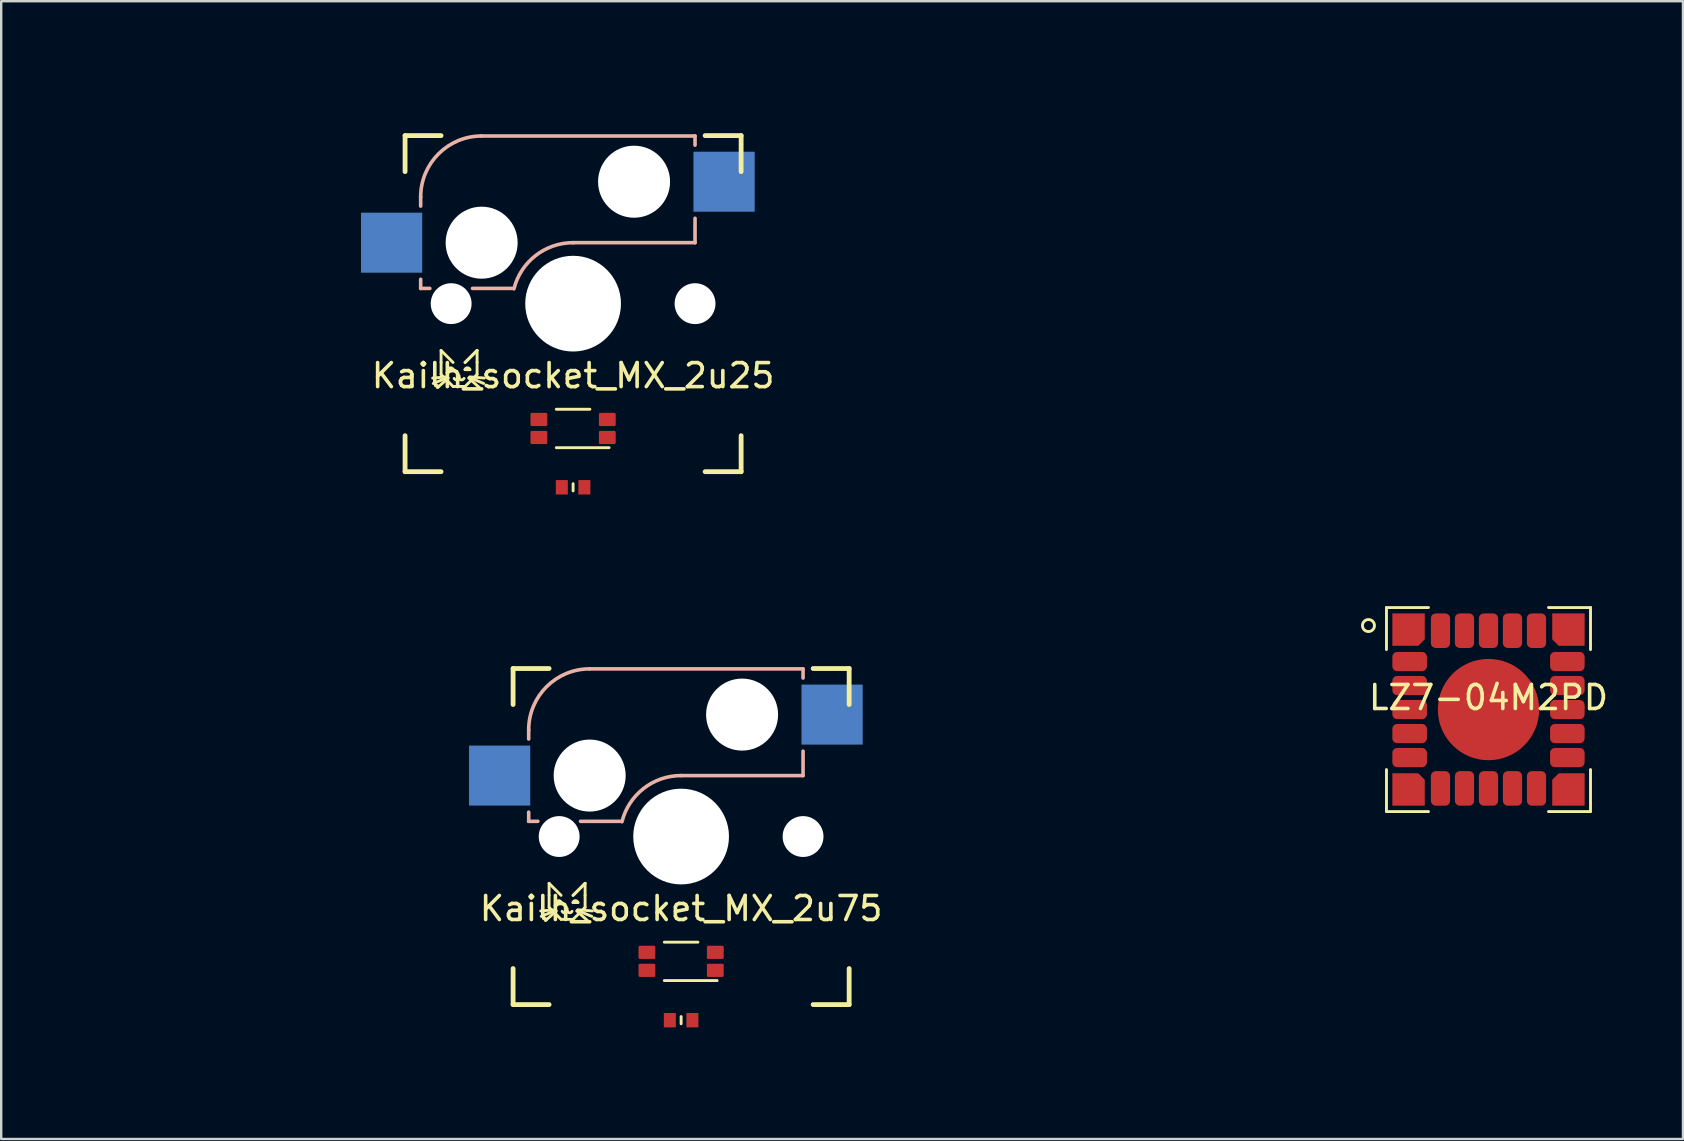
<source format=kicad_pcb>
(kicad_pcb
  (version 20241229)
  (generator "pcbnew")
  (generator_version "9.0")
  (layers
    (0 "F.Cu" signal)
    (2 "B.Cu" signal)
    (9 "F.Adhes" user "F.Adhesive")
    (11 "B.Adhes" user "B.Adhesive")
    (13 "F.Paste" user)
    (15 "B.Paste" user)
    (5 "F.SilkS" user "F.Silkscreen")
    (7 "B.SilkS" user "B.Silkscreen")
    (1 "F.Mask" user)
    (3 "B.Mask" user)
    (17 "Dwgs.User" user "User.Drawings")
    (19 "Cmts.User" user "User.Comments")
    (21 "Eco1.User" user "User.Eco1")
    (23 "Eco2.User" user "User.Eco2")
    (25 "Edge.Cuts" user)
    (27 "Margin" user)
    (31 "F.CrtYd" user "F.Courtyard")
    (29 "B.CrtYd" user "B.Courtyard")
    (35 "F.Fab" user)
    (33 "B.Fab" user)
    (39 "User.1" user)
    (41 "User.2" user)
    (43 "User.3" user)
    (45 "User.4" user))
  (footprint "Kailh_socket_MX_2u75"
    (layer "F.Cu")
    (at 25.325 31.8)
    (property "Reference" "Kailh_socket_MX_2u75" (at 0 3 0) (layer "F.SilkS") (effects (font (size 1 1) (thickness 0.15))))
    (attr through_hole)
    (fp_line (start -7 -7) (end -7 -5.5) (stroke (width 0.2) (type solid)) (layer "F.SilkS"))
    (fp_line (start -7 -7) (end -5.5 -7) (stroke (width 0.2) (type solid)) (layer "F.SilkS"))
    (fp_line (start -7 7) (end -7 5.5) (stroke (width 0.2) (type solid)) (layer "F.SilkS"))
    (fp_line (start -7 7) (end -5.5 7) (stroke (width 0.2) (type solid)) (layer "F.SilkS"))
    (fp_line (start -5.5 1.95) (end -5.5 2.45) (stroke (width 0.12) (type default)) (layer "F.SilkS"))
    (fp_line (start -5.5 2.45) (end -5.5 2.95) (stroke (width 0.12) (type default)) (layer "F.SilkS"))
    (fp_line (start -5.5 2.95) (end -5 3.45) (stroke (width 0.12) (type default)) (layer "F.SilkS"))
    (fp_line (start -5.25 3.05) (end -5.85 3.1) (stroke (width 0.12) (type default)) (layer "F.SilkS"))
    (fp_line (start -5.225 3.075) (end -5.825 3.325) (stroke (width 0.12) (type default)) (layer "F.SilkS"))
    (fp_line (start -5.2 2.75) (end -5 2.75) (stroke (width 0.12) (type default)) (layer "F.SilkS"))
    (fp_line (start -5.2 3.1) (end -5.65 3.5) (stroke (width 0.12) (type default)) (layer "F.SilkS"))
    (fp_line (start -5 2.45) (end -5.5 1.95) (stroke (width 0.12) (type default)) (layer "F.SilkS"))
    (fp_line (start -5 3.45) (end -4.5 3.45) (stroke (width 0.12) (type default)) (layer "F.SilkS"))
    (fp_line (start -4.75 3) (end -4.75 3.1) (stroke (width 0.12) (type default)) (layer "F.SilkS"))
    (fp_line (start -4.5 2.45) (end -4 1.95) (stroke (width 0.12) (type default)) (layer "F.SilkS"))
    (fp_line (start -4.5 2.75) (end -4.3 2.75) (stroke (width 0.12) (type default)) (layer "F.SilkS"))
    (fp_line (start -4.5 3.45) (end -4 2.95) (stroke (width 0.12) (type default)) (layer "F.SilkS"))
    (fp_line (start -4.35 3.1) (end -3.9 3.5) (stroke (width 0.12) (type default)) (layer "F.SilkS"))
    (fp_line (start -4.325 3.075) (end -3.725 3.325) (stroke (width 0.12) (type default)) (layer "F.SilkS"))
    (fp_line (start -4.3 3.05) (end -3.7 3.1) (stroke (width 0.12) (type default)) (layer "F.SilkS"))
    (fp_line (start -4 1.95) (end -4.5 2.45) (stroke (width 0.12) (type default)) (layer "F.SilkS"))
    (fp_line (start -4 1.95) (end -4 2.45) (stroke (width 0.12) (type default)) (layer "F.SilkS"))
    (fp_line (start -4 2.95) (end -4 2.45) (stroke (width 0.12) (type default)) (layer "F.SilkS"))
    (fp_line (start 0 7.8) (end 0 7.5) (stroke (width 0.12) (type solid)) (layer "F.SilkS"))
    (fp_line (start 0.7 4.4) (end -0.7 4.4) (stroke (width 0.12) (type default)) (layer "F.SilkS"))
    (fp_line (start 1.5 6) (end -0.7 6) (stroke (width 0.12) (type default)) (layer "F.SilkS"))
    (fp_line (start 7 -7) (end 5.5 -7) (stroke (width 0.2) (type solid)) (layer "F.SilkS"))
    (fp_line (start 7 -7) (end 7 -5.5) (stroke (width 0.2) (type solid)) (layer "F.SilkS"))
    (fp_line (start 7 7) (end 5.5 7) (stroke (width 0.2) (type solid)) (layer "F.SilkS"))
    (fp_line (start 7 7) (end 7 5.5) (stroke (width 0.2) (type solid)) (layer "F.SilkS"))
    (fp_arc (start -5.203866 2.747116) (mid -5.098487 2.672265) (end -4.995217 2.75) (stroke (width 0.12) (type default)) (layer "F.SilkS"))
    (fp_arc (start -4.75 3.1) (mid -4.848141 3.176166) (end -4.956067 3.114644) (stroke (width 0.12) (type default)) (layer "F.SilkS"))
    (fp_arc (start -4.543933 3.114644) (mid -4.651859 3.176167) (end -4.75 3.1) (stroke (width 0.12) (type default)) (layer "F.SilkS"))
    (fp_arc (start -4.505379 2.747116) (mid -4.4 2.672265) (end -4.29673 2.75) (stroke (width 0.12) (type default)) (layer "F.SilkS"))
    (fp_line (start -6.35 -4.445) (end -6.35 -4.064) (stroke (width 0.15) (type solid)) (layer "B.SilkS"))
    (fp_line (start -6.35 -1.016) (end -6.35 -0.635) (stroke (width 0.15) (type solid)) (layer "B.SilkS"))
    (fp_line (start -6.35 -0.635) (end -5.969 -0.635) (stroke (width 0.15) (type solid)) (layer "B.SilkS"))
    (fp_line (start -4.191 -0.635) (end -2.54 -0.635) (stroke (width 0.15) (type solid)) (layer "B.SilkS"))
    (fp_line (start 0 -2.54) (end 5.08 -2.54) (stroke (width 0.15) (type solid)) (layer "B.SilkS"))
    (fp_line (start 5.08 -6.985) (end -3.81 -6.985) (stroke (width 0.15) (type solid)) (layer "B.SilkS"))
    (fp_line (start 5.08 -6.604) (end 5.08 -6.985) (stroke (width 0.15) (type solid)) (layer "B.SilkS"))
    (fp_line (start 5.08 -2.54) (end 5.08 -3.556) (stroke (width 0.15) (type solid)) (layer "B.SilkS"))
    (fp_arc (start -6.35 -4.445) (mid -5.606051 -6.241051) (end -3.81 -6.985) (stroke (width 0.15) (type solid)) (layer "B.SilkS"))
    (fp_arc (start -2.464162 -0.61604) (mid -1.563147 -2.002042) (end 0 -2.54) (stroke (width 0.15) (type solid)) (layer "B.SilkS"))
    (fp_line (start -25.25 -9.525) (end -25.25 9.525) (stroke (width 0.15) (type solid)) (layer "Eco1.User"))
    (fp_line (start -25.25 -9.525) (end 25.25 -9.525) (stroke (width 0.15) (type solid)) (layer "Eco1.User"))
    (fp_line (start -25.25 9.525) (end 25.25 9.525) (stroke (width 0.15) (type solid)) (layer "Eco1.User"))
    (fp_line (start -24.75 -9) (end -24.75 9) (stroke (width 0.15) (type solid)) (layer "Eco1.User"))
    (fp_line (start -24.75 -9) (end 24.75 -9) (stroke (width 0.15) (type solid)) (layer "Eco1.User"))
    (fp_line (start -24.75 9) (end 24.75 9) (stroke (width 0.15) (type solid)) (layer "Eco1.User"))
    (fp_line (start -1.6 4.7) (end 1.6 4.7) (stroke (width 0.05) (type default)) (layer "Eco1.User"))
    (fp_line (start -1.6 5.7) (end -1.6 4.7) (stroke (width 0.05) (type default)) (layer "Eco1.User"))
    (fp_line (start -1.6 5.7) (end 1.6 5.7) (stroke (width 0.05) (type default)) (layer "Eco1.User"))
    (fp_line (start 1.6 5.7) (end 1.6 4.7) (stroke (width 0.05) (type default)) (layer "Eco1.User"))
    (fp_line (start 24.75 -9) (end 24.75 9) (stroke (width 0.15) (type solid)) (layer "Eco1.User"))
    (fp_line (start 25.25 -9.525) (end 25.25 9.525) (stroke (width 0.15) (type solid)) (layer "Eco1.User"))
    (fp_rect (start -2.5 4.2) (end 2.5 6.2) (stroke (width 0.12) (type default)) (fill no) (layer "Eco1.User"))
    (fp_line (start -6.9 6.9) (end -6.9 -6.9) (stroke (width 0.15) (type solid)) (layer "Eco2.User"))
    (fp_line (start -6.9 6.9) (end 6.9 6.9) (stroke (width 0.15) (type solid)) (layer "Eco2.User"))
    (fp_line (start 6.9 -6.9) (end -6.9 -6.9) (stroke (width 0.15) (type solid)) (layer "Eco2.User"))
    (fp_line (start 6.9 -6.9) (end 6.9 6.9) (stroke (width 0.15) (type solid)) (layer "Eco2.User"))
    (pad "" np_thru_hole circle (at -5.08 0 180) (size 1.702 1.702) (drill 1.702) (layers "*.Cu" "*.Mask"))
    (pad "" np_thru_hole circle (at -3.81 -2.54 180) (size 3 3) (drill 3) (layers "*.Cu" "*.Mask"))
    (pad "" np_thru_hole circle (at 0 0 180) (size 3.988 3.988) (drill 3.988) (layers "*.Cu" "*.Mask"))
    (pad "" np_thru_hole circle (at 2.54 -5.08 180) (size 3 3) (drill 3) (layers "*.Cu" "*.Mask"))
    (pad "" np_thru_hole circle (at 5.08 0 180) (size 1.702 1.702) (drill 1.702) (layers "*.Cu" "*.Mask"))
    (pad "1" smd rect (at 6.29 -5.08 180) (size 2.55 2.5) (layers "B.Cu" "B.Mask" "B.Paste"))
    (pad "2" smd rect (at -7.56 -2.54 180) (size 2.55 2.5) (layers "B.Cu" "B.Mask" "B.Paste"))
    (pad "L1" smd rect (at 0.47 7.65) (size 0.5 0.6) (layers "F.Cu" "F.Mask" "F.Paste"))
    (pad "L1" smd roundrect (at 1.425 5.575 90) (size 0.55 0.7) (layers "F.Cu" "F.Mask" "F.Paste") (roundrect_rratio 0.1))
    (pad "L2" smd roundrect (at 1.425 4.825 90) (size 0.55 0.7) (layers "F.Cu" "F.Mask" "F.Paste") (roundrect_rratio 0.1))
    (pad "L3" smd roundrect (at -1.425 4.825 90) (size 0.55 0.7) (layers "F.Cu" "F.Mask" "F.Paste") (roundrect_rratio 0.1))
    (pad "L4" smd roundrect (at -1.425 5.575 90) (size 0.55 0.7) (layers "F.Cu" "F.Mask" "F.Paste") (roundrect_rratio 0.1))
    (pad "L4" smd rect (at -0.47 7.65) (size 0.5 0.6) (layers "F.Cu" "F.Mask" "F.Paste")))
  (footprint "LZ7-04M2PD"
    (layer "F.Cu")
    (at 58.96 26.51)
    (property "Reference" "LZ7-04M2PD" (at 0 -0.5 0) (unlocked yes) (layer "F.SilkS") (effects (font (size 1 1) (thickness 0.15))))
    (attr smd)
    (fp_line (start -4.25 -4.25) (end -4.25 -2.5) (stroke (width 0.12) (type solid)) (layer "F.SilkS"))
    (fp_line (start -4.25 2.5) (end -4.25 4.25) (stroke (width 0.12) (type solid)) (layer "F.SilkS"))
    (fp_line (start -4.25 4.25) (end -2.5 4.25) (stroke (width 0.12) (type solid)) (layer "F.SilkS"))
    (fp_line (start -2.5 -4.25) (end -4.25 -4.25) (stroke (width 0.12) (type solid)) (layer "F.SilkS"))
    (fp_line (start 2.5 4.25) (end 4.25 4.25) (stroke (width 0.12) (type solid)) (layer "F.SilkS"))
    (fp_line (start 4.25 -4.25) (end 2.5 -4.25) (stroke (width 0.12) (type solid)) (layer "F.SilkS"))
    (fp_line (start 4.25 -2.5) (end 4.25 -4.25) (stroke (width 0.12) (type solid)) (layer "F.SilkS"))
    (fp_line (start 4.25 4.25) (end 4.25 2.5) (stroke (width 0.12) (type solid)) (layer "F.SilkS"))
    (fp_circle (center -5 -3.5) (end -4.75 -3.5) (stroke (width 0.12) (type solid)) (fill no) (layer "F.SilkS"))
    (fp_line (start -3.5 -3.5) (end -3.5 3.5) (stroke (width 0.12) (type solid)) (layer "Eco1.User"))
    (fp_line (start -3.5 3.5) (end 3.5 3.5) (stroke (width 0.12) (type solid)) (layer "Eco1.User"))
    (fp_line (start 3.5 -3.5) (end -3.5 -3.5) (stroke (width 0.12) (type solid)) (layer "Eco1.User"))
    (fp_line (start 3.5 3.5) (end 3.5 -3.5) (stroke (width 0.12) (type solid)) (layer "Eco1.User"))
    (pad "1" smd roundrect (at -3.33 -3.33) (size 1.35 1.35) (layers "F.Cu" "F.Mask" "F.Paste") (roundrect_rratio 0) (chamfer_ratio 0.2) (chamfer bottom_right))
    (pad "2" smd roundrect (at -3.285 -2) (size 1.44 0.8) (layers "F.Cu" "F.Mask" "F.Paste") (roundrect_rratio 0.25))
    (pad "3" smd roundrect (at -3.285 -1) (size 1.44 0.8) (layers "F.Cu" "F.Mask" "F.Paste") (roundrect_rratio 0.25))
    (pad "4" smd roundrect (at -3.285 0) (size 1.44 0.8) (layers "F.Cu" "F.Mask" "F.Paste") (roundrect_rratio 0.25))
    (pad "5" smd roundrect (at -3.285 1) (size 1.44 0.8) (layers "F.Cu" "F.Mask" "F.Paste") (roundrect_rratio 0.25))
    (pad "6" smd roundrect (at -3.285 2) (size 1.44 0.8) (layers "F.Cu" "F.Mask" "F.Paste") (roundrect_rratio 0.25))
    (pad "7" smd roundrect (at -3.33 3.33 90) (size 1.35 1.35) (layers "F.Cu" "F.Mask" "F.Paste") (roundrect_rratio 0) (chamfer_ratio 0.2) (chamfer bottom_right))
    (pad "8" smd roundrect (at -2 3.285 90) (size 1.44 0.8) (layers "F.Cu" "F.Mask" "F.Paste") (roundrect_rratio 0.25))
    (pad "9" smd roundrect (at -1 3.285 90) (size 1.44 0.8) (layers "F.Cu" "F.Mask" "F.Paste") (roundrect_rratio 0.25))
    (pad "10" smd roundrect (at 0 3.285 90) (size 1.44 0.8) (layers "F.Cu" "F.Mask" "F.Paste") (roundrect_rratio 0.25))
    (pad "11" smd roundrect (at 1 3.285 90) (size 1.44 0.8) (layers "F.Cu" "F.Mask" "F.Paste") (roundrect_rratio 0.25))
    (pad "12" smd roundrect (at 2 3.285 90) (size 1.44 0.8) (layers "F.Cu" "F.Mask" "F.Paste") (roundrect_rratio 0.25))
    (pad "13" smd roundrect (at 3.33 3.33 180) (size 1.35 1.35) (layers "F.Cu" "F.Mask" "F.Paste") (roundrect_rratio 0) (chamfer_ratio 0.2) (chamfer bottom_right))
    (pad "14" smd roundrect (at 3.285 2) (size 1.44 0.8) (layers "F.Cu" "F.Mask" "F.Paste") (roundrect_rratio 0.25))
    (pad "15" smd roundrect (at 3.285 1) (size 1.44 0.8) (layers "F.Cu" "F.Mask" "F.Paste") (roundrect_rratio 0.25))
    (pad "16" smd roundrect (at 3.285 0) (size 1.44 0.8) (layers "F.Cu" "F.Mask" "F.Paste") (roundrect_rratio 0.25))
    (pad "17" smd roundrect (at 3.285 -1) (size 1.44 0.8) (layers "F.Cu" "F.Mask" "F.Paste") (roundrect_rratio 0.25))
    (pad "18" smd roundrect (at 3.285 -2) (size 1.44 0.8) (layers "F.Cu" "F.Mask" "F.Paste") (roundrect_rratio 0.25))
    (pad "19" smd roundrect (at 3.33 -3.33 270) (size 1.35 1.35) (layers "F.Cu" "F.Mask" "F.Paste") (roundrect_rratio 0) (chamfer_ratio 0.2) (chamfer bottom_right))
    (pad "20" smd roundrect (at 2 -3.285 90) (size 1.44 0.8) (layers "F.Cu" "F.Mask" "F.Paste") (roundrect_rratio 0.25))
    (pad "21" smd roundrect (at 1 -3.285 90) (size 1.44 0.8) (layers "F.Cu" "F.Mask" "F.Paste") (roundrect_rratio 0.25))
    (pad "22" smd roundrect (at 0 -3.285 90) (size 1.44 0.8) (layers "F.Cu" "F.Mask" "F.Paste") (roundrect_rratio 0.25))
    (pad "23" smd roundrect (at -1 -3.285 90) (size 1.44 0.8) (layers "F.Cu" "F.Mask" "F.Paste") (roundrect_rratio 0.25))
    (pad "24" smd roundrect (at -2 -3.285 90) (size 1.44 0.8) (layers "F.Cu" "F.Mask" "F.Paste") (roundrect_rratio 0.25))
    (pad "25" smd circle (at 0 0 90) (size 4.22 4.22) (layers "F.Cu" "F.Mask" "F.Paste")))
  (footprint "Kailh_socket_MX_2u25"
    (layer "F.Cu")
    (at 20.825 9.6)
    (property "Reference" "Kailh_socket_MX_2u25" (at 0 3 0) (layer "F.SilkS") (effects (font (size 1 1) (thickness 0.15))))
    (attr through_hole)
    (fp_line (start -7 -7) (end -7 -5.5) (stroke (width 0.2) (type solid)) (layer "F.SilkS"))
    (fp_line (start -7 -7) (end -5.5 -7) (stroke (width 0.2) (type solid)) (layer "F.SilkS"))
    (fp_line (start -7 7) (end -7 5.5) (stroke (width 0.2) (type solid)) (layer "F.SilkS"))
    (fp_line (start -7 7) (end -5.5 7) (stroke (width 0.2) (type solid)) (layer "F.SilkS"))
    (fp_line (start -5.5 1.95) (end -5.5 2.45) (stroke (width 0.12) (type default)) (layer "F.SilkS"))
    (fp_line (start -5.5 2.45) (end -5.5 2.95) (stroke (width 0.12) (type default)) (layer "F.SilkS"))
    (fp_line (start -5.5 2.95) (end -5 3.45) (stroke (width 0.12) (type default)) (layer "F.SilkS"))
    (fp_line (start -5.25 3.05) (end -5.85 3.1) (stroke (width 0.12) (type default)) (layer "F.SilkS"))
    (fp_line (start -5.225 3.075) (end -5.825 3.325) (stroke (width 0.12) (type default)) (layer "F.SilkS"))
    (fp_line (start -5.2 2.75) (end -5 2.75) (stroke (width 0.12) (type default)) (layer "F.SilkS"))
    (fp_line (start -5.2 3.1) (end -5.65 3.5) (stroke (width 0.12) (type default)) (layer "F.SilkS"))
    (fp_line (start -5 2.45) (end -5.5 1.95) (stroke (width 0.12) (type default)) (layer "F.SilkS"))
    (fp_line (start -5 3.45) (end -4.5 3.45) (stroke (width 0.12) (type default)) (layer "F.SilkS"))
    (fp_line (start -4.75 3) (end -4.75 3.1) (stroke (width 0.12) (type default)) (layer "F.SilkS"))
    (fp_line (start -4.5 2.45) (end -4 1.95) (stroke (width 0.12) (type default)) (layer "F.SilkS"))
    (fp_line (start -4.5 2.75) (end -4.3 2.75) (stroke (width 0.12) (type default)) (layer "F.SilkS"))
    (fp_line (start -4.5 3.45) (end -4 2.95) (stroke (width 0.12) (type default)) (layer "F.SilkS"))
    (fp_line (start -4.35 3.1) (end -3.9 3.5) (stroke (width 0.12) (type default)) (layer "F.SilkS"))
    (fp_line (start -4.325 3.075) (end -3.725 3.325) (stroke (width 0.12) (type default)) (layer "F.SilkS"))
    (fp_line (start -4.3 3.05) (end -3.7 3.1) (stroke (width 0.12) (type default)) (layer "F.SilkS"))
    (fp_line (start -4 1.95) (end -4.5 2.45) (stroke (width 0.12) (type default)) (layer "F.SilkS"))
    (fp_line (start -4 1.95) (end -4 2.45) (stroke (width 0.12) (type default)) (layer "F.SilkS"))
    (fp_line (start -4 2.95) (end -4 2.45) (stroke (width 0.12) (type default)) (layer "F.SilkS"))
    (fp_line (start 0 7.8) (end 0 7.5) (stroke (width 0.12) (type solid)) (layer "F.SilkS"))
    (fp_line (start 0.7 4.4) (end -0.7 4.4) (stroke (width 0.12) (type default)) (layer "F.SilkS"))
    (fp_line (start 1.5 6) (end -0.7 6) (stroke (width 0.12) (type default)) (layer "F.SilkS"))
    (fp_line (start 7 -7) (end 5.5 -7) (stroke (width 0.2) (type solid)) (layer "F.SilkS"))
    (fp_line (start 7 -7) (end 7 -5.5) (stroke (width 0.2) (type solid)) (layer "F.SilkS"))
    (fp_line (start 7 7) (end 5.5 7) (stroke (width 0.2) (type solid)) (layer "F.SilkS"))
    (fp_line (start 7 7) (end 7 5.5) (stroke (width 0.2) (type solid)) (layer "F.SilkS"))
    (fp_arc (start -5.203866 2.747116) (mid -5.098487 2.672265) (end -4.995217 2.75) (stroke (width 0.12) (type default)) (layer "F.SilkS"))
    (fp_arc (start -4.75 3.1) (mid -4.848141 3.176166) (end -4.956067 3.114644) (stroke (width 0.12) (type default)) (layer "F.SilkS"))
    (fp_arc (start -4.543933 3.114644) (mid -4.651859 3.176167) (end -4.75 3.1) (stroke (width 0.12) (type default)) (layer "F.SilkS"))
    (fp_arc (start -4.505379 2.747116) (mid -4.4 2.672265) (end -4.29673 2.75) (stroke (width 0.12) (type default)) (layer "F.SilkS"))
    (fp_line (start -6.35 -4.445) (end -6.35 -4.064) (stroke (width 0.15) (type solid)) (layer "B.SilkS"))
    (fp_line (start -6.35 -1.016) (end -6.35 -0.635) (stroke (width 0.15) (type solid)) (layer "B.SilkS"))
    (fp_line (start -6.35 -0.635) (end -5.969 -0.635) (stroke (width 0.15) (type solid)) (layer "B.SilkS"))
    (fp_line (start -4.191 -0.635) (end -2.54 -0.635) (stroke (width 0.15) (type solid)) (layer "B.SilkS"))
    (fp_line (start 0 -2.54) (end 5.08 -2.54) (stroke (width 0.15) (type solid)) (layer "B.SilkS"))
    (fp_line (start 5.08 -6.985) (end -3.81 -6.985) (stroke (width 0.15) (type solid)) (layer "B.SilkS"))
    (fp_line (start 5.08 -6.604) (end 5.08 -6.985) (stroke (width 0.15) (type solid)) (layer "B.SilkS"))
    (fp_line (start 5.08 -2.54) (end 5.08 -3.556) (stroke (width 0.15) (type solid)) (layer "B.SilkS"))
    (fp_arc (start -6.35 -4.445) (mid -5.606051 -6.241051) (end -3.81 -6.985) (stroke (width 0.15) (type solid)) (layer "B.SilkS"))
    (fp_arc (start -2.464162 -0.61604) (mid -1.563147 -2.002042) (end 0 -2.54) (stroke (width 0.15) (type solid)) (layer "B.SilkS"))
    (fp_line (start -20.75 -9.525) (end -20.75 9.525) (stroke (width 0.15) (type solid)) (layer "Eco1.User"))
    (fp_line (start -20.75 -9.525) (end 20.75 -9.525) (stroke (width 0.15) (type solid)) (layer "Eco1.User"))
    (fp_line (start -20.75 9.525) (end 20.75 9.525) (stroke (width 0.15) (type solid)) (layer "Eco1.User"))
    (fp_line (start -20.25 -9) (end -20.25 9) (stroke (width 0.15) (type solid)) (layer "Eco1.User"))
    (fp_line (start -20.25 -9) (end 20.25 -9) (stroke (width 0.15) (type solid)) (layer "Eco1.User"))
    (fp_line (start -20.25 9) (end 20.25 9) (stroke (width 0.15) (type solid)) (layer "Eco1.User"))
    (fp_line (start -1.6 4.7) (end -1.6 5.7) (stroke (width 0.05) (type default)) (layer "Eco1.User"))
    (fp_line (start -1.6 4.7) (end 1.6 4.7) (stroke (width 0.05) (type default)) (layer "Eco1.User"))
    (fp_line (start -1.6 5.7) (end -1.6 4.7) (stroke (width 0.05) (type default)) (layer "Eco1.User"))
    (fp_line (start -1.6 5.7) (end 1.6 5.7) (stroke (width 0.05) (type default)) (layer "Eco1.User"))
    (fp_line (start 20.25 -9) (end 20.25 9) (stroke (width 0.15) (type solid)) (layer "Eco1.User"))
    (fp_line (start 20.75 -9.525) (end 20.75 9.525) (stroke (width 0.15) (type solid)) (layer "Eco1.User"))
    (fp_rect (start -2.5 4.2) (end 2.5 6.2) (stroke (width 0.12) (type default)) (fill no) (layer "Eco1.User"))
    (fp_line (start -6.9 6.9) (end -6.9 -6.9) (stroke (width 0.15) (type solid)) (layer "Eco2.User"))
    (fp_line (start -6.9 6.9) (end 6.9 6.9) (stroke (width 0.15) (type solid)) (layer "Eco2.User"))
    (fp_line (start 6.9 -6.9) (end -6.9 -6.9) (stroke (width 0.15) (type solid)) (layer "Eco2.User"))
    (fp_line (start 6.9 -6.9) (end 6.9 6.9) (stroke (width 0.15) (type solid)) (layer "Eco2.User"))
    (pad "" np_thru_hole circle (at -5.08 0 180) (size 1.702 1.702) (drill 1.702) (layers "*.Cu" "*.Mask"))
    (pad "" np_thru_hole circle (at -3.81 -2.54 180) (size 3 3) (drill 3) (layers "*.Cu" "*.Mask"))
    (pad "" np_thru_hole circle (at 0 0 180) (size 3.988 3.988) (drill 3.988) (layers "*.Cu" "*.Mask"))
    (pad "" np_thru_hole circle (at 2.54 -5.08 180) (size 3 3) (drill 3) (layers "*.Cu" "*.Mask"))
    (pad "" np_thru_hole circle (at 5.08 0 180) (size 1.702 1.702) (drill 1.702) (layers "*.Cu" "*.Mask"))
    (pad "1" smd rect (at 6.29 -5.08 180) (size 2.55 2.5) (layers "B.Cu" "B.Mask" "B.Paste"))
    (pad "2" smd rect (at -7.56 -2.54 180) (size 2.55 2.5) (layers "B.Cu" "B.Mask" "B.Paste"))
    (pad "L1" smd rect (at 0.47 7.65) (size 0.5 0.6) (layers "F.Cu" "F.Mask" "F.Paste"))
    (pad "L1" smd roundrect (at 1.425 5.575 90) (size 0.55 0.7) (layers "F.Cu" "F.Mask" "F.Paste") (roundrect_rratio 0.1))
    (pad "L2" smd roundrect (at 1.425 4.825 90) (size 0.55 0.7) (layers "F.Cu" "F.Mask" "F.Paste") (roundrect_rratio 0.1))
    (pad "L3" smd roundrect (at -1.425 4.825 90) (size 0.55 0.7) (layers "F.Cu" "F.Mask" "F.Paste") (roundrect_rratio 0.1))
    (pad "L4" smd roundrect (at -1.425 5.575 90) (size 0.55 0.7) (layers "F.Cu" "F.Mask" "F.Paste") (roundrect_rratio 0.1))
    (pad "L4" smd rect (at -0.47 7.65) (size 0.5 0.6) (layers "F.Cu" "F.Mask" "F.Paste")))
  (gr_rect
    (start -3 -3)
    (end 67.061 44.4)
    (stroke (width 0.1) (type default))
    (fill no)
    (layer "Edge.Cuts")))
</source>
